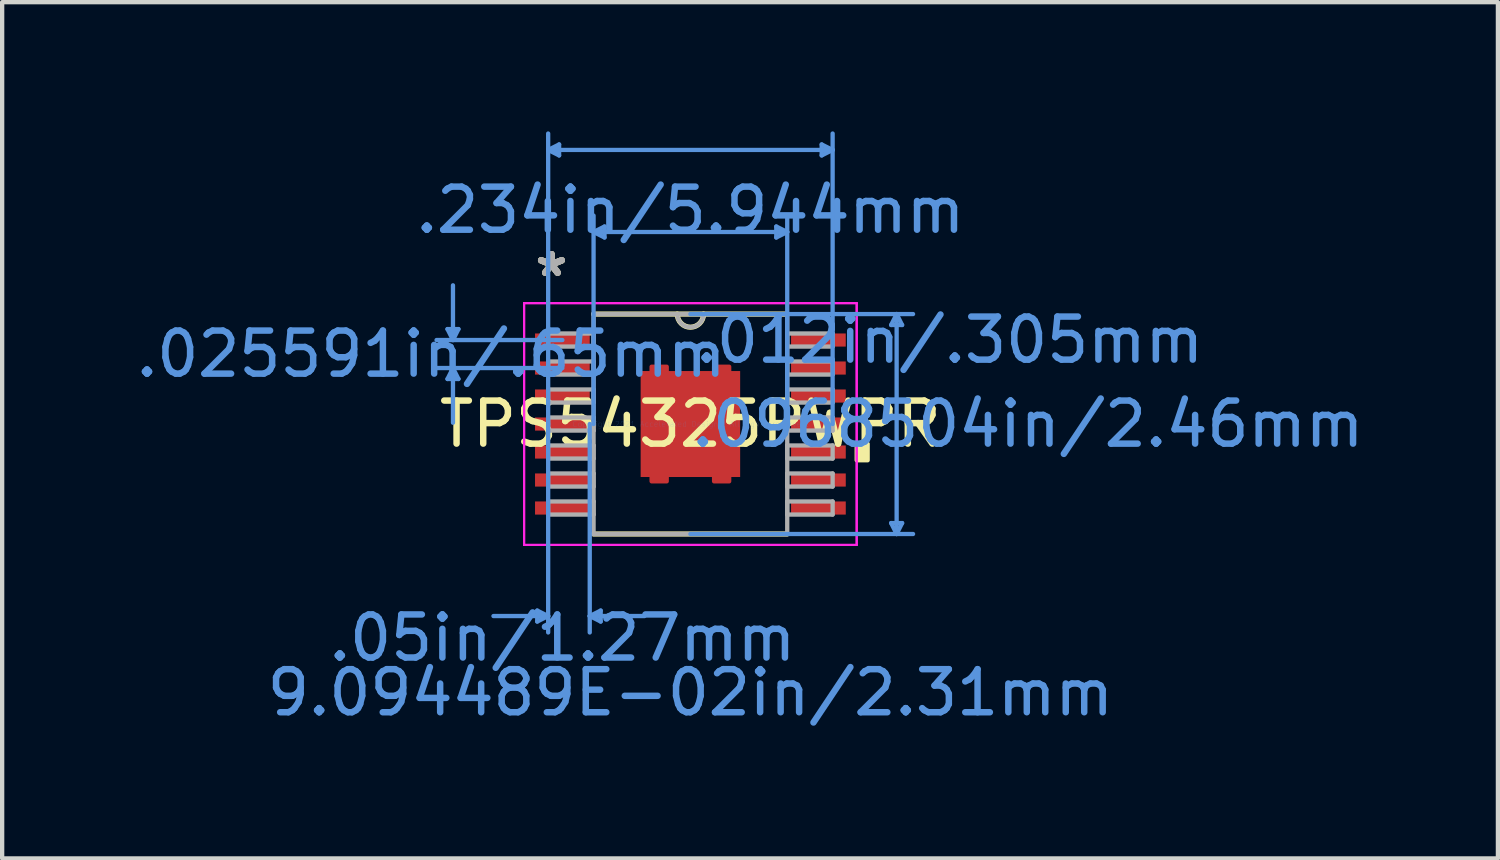
<source format=kicad_pcb>
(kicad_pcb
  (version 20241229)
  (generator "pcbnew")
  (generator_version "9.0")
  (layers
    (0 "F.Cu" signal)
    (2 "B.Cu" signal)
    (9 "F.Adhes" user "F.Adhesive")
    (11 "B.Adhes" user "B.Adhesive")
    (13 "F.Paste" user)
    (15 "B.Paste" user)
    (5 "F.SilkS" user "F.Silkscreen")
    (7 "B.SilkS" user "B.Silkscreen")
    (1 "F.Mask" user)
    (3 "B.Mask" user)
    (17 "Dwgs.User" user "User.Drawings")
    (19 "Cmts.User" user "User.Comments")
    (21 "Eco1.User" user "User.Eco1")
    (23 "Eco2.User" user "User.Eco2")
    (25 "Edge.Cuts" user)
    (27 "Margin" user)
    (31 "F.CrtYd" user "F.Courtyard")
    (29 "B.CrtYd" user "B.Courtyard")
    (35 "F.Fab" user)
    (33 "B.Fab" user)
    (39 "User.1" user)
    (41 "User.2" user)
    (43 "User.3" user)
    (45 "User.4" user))
  (footprint "TPS54325PWPR"
    (layer "F.Cu")
    (at 12.978 6.794)
    (property "Reference" "TPS54325PWPR" (at 0 0 0) (layer "F.SilkS") (effects (font (size 1 1) (thickness 0.15))))
    (attr through_hole)
    (fp_poly (pts (xy -0.55 -1.23) (xy -0.55 -1.33) (xy -0.9 -1.33) (xy -0.9 -1.23)) (stroke (width 0.1) (type solid)) (fill yes) (layer "F.Cu"))
    (fp_poly (pts (xy -0.55 1.23) (xy -0.55 1.33) (xy -0.9 1.33) (xy -0.9 1.23)) (stroke (width 0.1) (type solid)) (fill yes) (layer "F.Cu"))
    (fp_poly (pts (xy 0.55 -1.23) (xy 0.55 -1.33) (xy 0.9 -1.33) (xy 0.9 -1.23)) (stroke (width 0.1) (type solid)) (fill yes) (layer "F.Cu"))
    (fp_poly (pts (xy 0.55 1.23) (xy 0.55 1.33) (xy 0.9 1.33) (xy 0.9 1.23)) (stroke (width 0.1) (type solid)) (fill yes) (layer "F.Cu"))
    (fp_poly (pts (xy -0.55 -1.23) (xy -0.55 -1.33) (xy -0.9 -1.33) (xy -0.9 -1.23)) (stroke (width 0.1) (type solid)) (fill yes) (layer "F.Mask"))
    (fp_poly (pts (xy -0.55 1.23) (xy -0.55 1.33) (xy -0.9 1.33) (xy -0.9 1.23)) (stroke (width 0.1) (type solid)) (fill yes) (layer "F.Mask"))
    (fp_poly (pts (xy 0.55 -1.23) (xy 0.55 -1.33) (xy 0.9 -1.33) (xy 0.9 -1.23)) (stroke (width 0.1) (type solid)) (fill yes) (layer "F.Mask"))
    (fp_poly (pts (xy 0.55 1.23) (xy 0.55 1.33) (xy 0.9 1.33) (xy 0.9 1.23)) (stroke (width 0.1) (type solid)) (fill yes) (layer "F.Mask"))
    (fp_line (start -2.248 2.553) (end 2.248 2.553) (stroke (width 0.12) (type solid)) (layer "F.SilkS"))
    (fp_line (start 2.248 -2.553) (end -2.248 -2.553) (stroke (width 0.12) (type solid)) (layer "F.SilkS"))
    (fp_arc (start 0.3048 -2.5527) (mid 0 -2.2479) (end -0.3048 -2.5527) (stroke (width 0.12) (type solid)) (layer "F.SilkS"))
    (fp_poly (pts (xy 4.115 0.46) (xy 4.115 0.841) (xy 3.861 0.841) (xy 3.861 0.46)) (stroke (width 0.1) (type solid)) (fill yes) (layer "F.SilkS"))
    (fp_line (start -5.639 -2.204) (end -5.385 -2.204) (stroke (width 0.1) (type solid)) (layer "Cmts.User"))
    (fp_line (start -5.639 -1.046) (end -5.385 -1.046) (stroke (width 0.1) (type solid)) (layer "Cmts.User"))
    (fp_line (start -5.512 -1.95) (end -5.639 -2.204) (stroke (width 0.1) (type solid)) (layer "Cmts.User"))
    (fp_line (start -5.512 -1.95) (end -5.512 -3.22) (stroke (width 0.1) (type solid)) (layer "Cmts.User"))
    (fp_line (start -5.512 -1.95) (end -5.385 -2.204) (stroke (width 0.1) (type solid)) (layer "Cmts.User"))
    (fp_line (start -5.512 -1.3) (end -5.639 -1.046) (stroke (width 0.1) (type solid)) (layer "Cmts.User"))
    (fp_line (start -5.512 -1.3) (end -5.512 -0.03) (stroke (width 0.1) (type solid)) (layer "Cmts.User"))
    (fp_line (start -5.512 -1.3) (end -5.385 -1.046) (stroke (width 0.1) (type solid)) (layer "Cmts.User"))
    (fp_line (start -3.556 4.331) (end -3.556 4.585) (stroke (width 0.1) (type solid)) (layer "Cmts.User"))
    (fp_line (start -3.302 -6.363) (end -3.048 -6.49) (stroke (width 0.1) (type solid)) (layer "Cmts.User"))
    (fp_line (start -3.302 -6.363) (end -3.048 -6.236) (stroke (width 0.1) (type solid)) (layer "Cmts.User"))
    (fp_line (start -3.302 -6.363) (end 3.302 -6.363) (stroke (width 0.1) (type solid)) (layer "Cmts.User"))
    (fp_line (start -3.302 0) (end -3.302 -6.744) (stroke (width 0.1) (type solid)) (layer "Cmts.User"))
    (fp_line (start -3.302 0) (end -3.302 4.839) (stroke (width 0.1) (type solid)) (layer "Cmts.User"))
    (fp_line (start -3.302 4.458) (end -4.572 4.458) (stroke (width 0.1) (type solid)) (layer "Cmts.User"))
    (fp_line (start -3.302 4.458) (end -3.556 4.331) (stroke (width 0.1) (type solid)) (layer "Cmts.User"))
    (fp_line (start -3.302 4.458) (end -3.556 4.585) (stroke (width 0.1) (type solid)) (layer "Cmts.User"))
    (fp_line (start -3.048 -6.49) (end -3.048 -6.236) (stroke (width 0.1) (type solid)) (layer "Cmts.User"))
    (fp_line (start -2.972 -1.95) (end -5.893 -1.95) (stroke (width 0.1) (type solid)) (layer "Cmts.User"))
    (fp_line (start -2.972 -1.3) (end -5.893 -1.3) (stroke (width 0.1) (type solid)) (layer "Cmts.User"))
    (fp_line (start -2.337 0) (end -2.337 4.839) (stroke (width 0.1) (type solid)) (layer "Cmts.User"))
    (fp_line (start -2.337 4.458) (end -2.083 4.331) (stroke (width 0.1) (type solid)) (layer "Cmts.User"))
    (fp_line (start -2.337 4.458) (end -2.083 4.585) (stroke (width 0.1) (type solid)) (layer "Cmts.User"))
    (fp_line (start -2.337 4.458) (end -1.067 4.458) (stroke (width 0.1) (type solid)) (layer "Cmts.User"))
    (fp_line (start -2.248 -4.458) (end -1.994 -4.585) (stroke (width 0.1) (type solid)) (layer "Cmts.User"))
    (fp_line (start -2.248 -4.458) (end -1.994 -4.331) (stroke (width 0.1) (type solid)) (layer "Cmts.User"))
    (fp_line (start -2.248 -4.458) (end 2.248 -4.458) (stroke (width 0.1) (type solid)) (layer "Cmts.User"))
    (fp_line (start -2.248 0) (end -2.248 -4.839) (stroke (width 0.1) (type solid)) (layer "Cmts.User"))
    (fp_line (start -2.083 4.331) (end -2.083 4.585) (stroke (width 0.1) (type solid)) (layer "Cmts.User"))
    (fp_line (start -1.994 -4.585) (end -1.994 -4.331) (stroke (width 0.1) (type solid)) (layer "Cmts.User"))
    (fp_line (start 0 -2.553) (end 5.169 -2.553) (stroke (width 0.1) (type solid)) (layer "Cmts.User"))
    (fp_line (start 0 2.553) (end 5.169 2.553) (stroke (width 0.1) (type solid)) (layer "Cmts.User"))
    (fp_line (start 1.994 -4.585) (end 1.994 -4.331) (stroke (width 0.1) (type solid)) (layer "Cmts.User"))
    (fp_line (start 2.248 -4.458) (end 1.994 -4.585) (stroke (width 0.1) (type solid)) (layer "Cmts.User"))
    (fp_line (start 2.248 -4.458) (end 1.994 -4.331) (stroke (width 0.1) (type solid)) (layer "Cmts.User"))
    (fp_line (start 2.248 0) (end 2.248 -4.839) (stroke (width 0.1) (type solid)) (layer "Cmts.User"))
    (fp_line (start 3.048 -6.49) (end 3.048 -6.236) (stroke (width 0.1) (type solid)) (layer "Cmts.User"))
    (fp_line (start 3.302 -6.363) (end 3.048 -6.49) (stroke (width 0.1) (type solid)) (layer "Cmts.User"))
    (fp_line (start 3.302 -6.363) (end 3.048 -6.236) (stroke (width 0.1) (type solid)) (layer "Cmts.User"))
    (fp_line (start 3.302 0) (end 3.302 -6.744) (stroke (width 0.1) (type solid)) (layer "Cmts.User"))
    (fp_line (start 4.661 -2.299) (end 4.915 -2.299) (stroke (width 0.1) (type solid)) (layer "Cmts.User"))
    (fp_line (start 4.661 2.299) (end 4.915 2.299) (stroke (width 0.1) (type solid)) (layer "Cmts.User"))
    (fp_line (start 4.788 -2.553) (end 4.661 -2.299) (stroke (width 0.1) (type solid)) (layer "Cmts.User"))
    (fp_line (start 4.788 -2.553) (end 4.788 2.553) (stroke (width 0.1) (type solid)) (layer "Cmts.User"))
    (fp_line (start 4.788 -2.553) (end 4.915 -2.299) (stroke (width 0.1) (type solid)) (layer "Cmts.User"))
    (fp_line (start 4.788 2.553) (end 4.661 2.299) (stroke (width 0.1) (type solid)) (layer "Cmts.User"))
    (fp_line (start 4.788 2.553) (end 4.915 2.299) (stroke (width 0.1) (type solid)) (layer "Cmts.User"))
    (fp_line (start -3.861 -2.807) (end 3.861 -2.807) (stroke (width 0.05) (type solid)) (layer "F.CrtYd"))
    (fp_line (start -3.861 -2.807) (end 3.861 -2.807) (stroke (width 0.05) (type solid)) (layer "F.CrtYd"))
    (fp_line (start -3.861 2.807) (end -3.861 -2.807) (stroke (width 0.05) (type solid)) (layer "F.CrtYd"))
    (fp_line (start -3.861 2.807) (end -3.861 -2.807) (stroke (width 0.05) (type solid)) (layer "F.CrtYd"))
    (fp_line (start 3.861 -2.807) (end 3.861 2.807) (stroke (width 0.05) (type solid)) (layer "F.CrtYd"))
    (fp_line (start 3.861 -2.807) (end 3.861 2.807) (stroke (width 0.05) (type solid)) (layer "F.CrtYd"))
    (fp_line (start 3.861 2.807) (end -3.861 2.807) (stroke (width 0.05) (type solid)) (layer "F.CrtYd"))
    (fp_line (start 3.861 2.807) (end -3.861 2.807) (stroke (width 0.05) (type solid)) (layer "F.CrtYd"))
    (fp_line (start -3.302 -2.102) (end -3.302 -1.798) (stroke (width 0.1) (type solid)) (layer "F.Fab"))
    (fp_line (start -3.302 -1.798) (end -2.248 -1.798) (stroke (width 0.1) (type solid)) (layer "F.Fab"))
    (fp_line (start -3.302 -1.452) (end -3.302 -1.148) (stroke (width 0.1) (type solid)) (layer "F.Fab"))
    (fp_line (start -3.302 -1.148) (end -2.248 -1.148) (stroke (width 0.1) (type solid)) (layer "F.Fab"))
    (fp_line (start -3.302 -0.802) (end -3.302 -0.498) (stroke (width 0.1) (type solid)) (layer "F.Fab"))
    (fp_line (start -3.302 -0.498) (end -2.248 -0.498) (stroke (width 0.1) (type solid)) (layer "F.Fab"))
    (fp_line (start -3.302 -0.152) (end -3.302 0.152) (stroke (width 0.1) (type solid)) (layer "F.Fab"))
    (fp_line (start -3.302 0.152) (end -2.248 0.152) (stroke (width 0.1) (type solid)) (layer "F.Fab"))
    (fp_line (start -3.302 0.498) (end -3.302 0.802) (stroke (width 0.1) (type solid)) (layer "F.Fab"))
    (fp_line (start -3.302 0.802) (end -2.248 0.802) (stroke (width 0.1) (type solid)) (layer "F.Fab"))
    (fp_line (start -3.302 1.148) (end -3.302 1.452) (stroke (width 0.1) (type solid)) (layer "F.Fab"))
    (fp_line (start -3.302 1.452) (end -2.248 1.452) (stroke (width 0.1) (type solid)) (layer "F.Fab"))
    (fp_line (start -3.302 1.798) (end -3.302 2.102) (stroke (width 0.1) (type solid)) (layer "F.Fab"))
    (fp_line (start -3.302 2.102) (end -2.248 2.102) (stroke (width 0.1) (type solid)) (layer "F.Fab"))
    (fp_line (start -2.248 -2.553) (end -2.248 2.553) (stroke (width 0.1) (type solid)) (layer "F.Fab"))
    (fp_line (start -2.248 -2.102) (end -3.302 -2.102) (stroke (width 0.1) (type solid)) (layer "F.Fab"))
    (fp_line (start -2.248 -1.798) (end -2.248 -2.102) (stroke (width 0.1) (type solid)) (layer "F.Fab"))
    (fp_line (start -2.248 -1.452) (end -3.302 -1.452) (stroke (width 0.1) (type solid)) (layer "F.Fab"))
    (fp_line (start -2.248 -1.148) (end -2.248 -1.452) (stroke (width 0.1) (type solid)) (layer "F.Fab"))
    (fp_line (start -2.248 -0.802) (end -3.302 -0.802) (stroke (width 0.1) (type solid)) (layer "F.Fab"))
    (fp_line (start -2.248 -0.498) (end -2.248 -0.802) (stroke (width 0.1) (type solid)) (layer "F.Fab"))
    (fp_line (start -2.248 -0.152) (end -3.302 -0.152) (stroke (width 0.1) (type solid)) (layer "F.Fab"))
    (fp_line (start -2.248 0.152) (end -2.248 -0.152) (stroke (width 0.1) (type solid)) (layer "F.Fab"))
    (fp_line (start -2.248 0.498) (end -3.302 0.498) (stroke (width 0.1) (type solid)) (layer "F.Fab"))
    (fp_line (start -2.248 0.802) (end -2.248 0.498) (stroke (width 0.1) (type solid)) (layer "F.Fab"))
    (fp_line (start -2.248 1.148) (end -3.302 1.148) (stroke (width 0.1) (type solid)) (layer "F.Fab"))
    (fp_line (start -2.248 1.452) (end -2.248 1.148) (stroke (width 0.1) (type solid)) (layer "F.Fab"))
    (fp_line (start -2.248 1.798) (end -3.302 1.798) (stroke (width 0.1) (type solid)) (layer "F.Fab"))
    (fp_line (start -2.248 2.102) (end -2.248 1.798) (stroke (width 0.1) (type solid)) (layer "F.Fab"))
    (fp_line (start -2.248 2.553) (end 2.248 2.553) (stroke (width 0.1) (type solid)) (layer "F.Fab"))
    (fp_line (start 2.248 -2.553) (end -2.248 -2.553) (stroke (width 0.1) (type solid)) (layer "F.Fab"))
    (fp_line (start 2.248 -2.102) (end 2.248 -1.798) (stroke (width 0.1) (type solid)) (layer "F.Fab"))
    (fp_line (start 2.248 -1.798) (end 3.302 -1.798) (stroke (width 0.1) (type solid)) (layer "F.Fab"))
    (fp_line (start 2.248 -1.452) (end 2.248 -1.148) (stroke (width 0.1) (type solid)) (layer "F.Fab"))
    (fp_line (start 2.248 -1.148) (end 3.302 -1.148) (stroke (width 0.1) (type solid)) (layer "F.Fab"))
    (fp_line (start 2.248 -0.802) (end 2.248 -0.498) (stroke (width 0.1) (type solid)) (layer "F.Fab"))
    (fp_line (start 2.248 -0.498) (end 3.302 -0.498) (stroke (width 0.1) (type solid)) (layer "F.Fab"))
    (fp_line (start 2.248 -0.152) (end 2.248 0.152) (stroke (width 0.1) (type solid)) (layer "F.Fab"))
    (fp_line (start 2.248 0.152) (end 3.302 0.152) (stroke (width 0.1) (type solid)) (layer "F.Fab"))
    (fp_line (start 2.248 0.498) (end 2.248 0.802) (stroke (width 0.1) (type solid)) (layer "F.Fab"))
    (fp_line (start 2.248 0.802) (end 3.302 0.802) (stroke (width 0.1) (type solid)) (layer "F.Fab"))
    (fp_line (start 2.248 1.148) (end 2.248 1.452) (stroke (width 0.1) (type solid)) (layer "F.Fab"))
    (fp_line (start 2.248 1.452) (end 3.302 1.452) (stroke (width 0.1) (type solid)) (layer "F.Fab"))
    (fp_line (start 2.248 1.798) (end 2.248 2.102) (stroke (width 0.1) (type solid)) (layer "F.Fab"))
    (fp_line (start 2.248 2.102) (end 3.302 2.102) (stroke (width 0.1) (type solid)) (layer "F.Fab"))
    (fp_line (start 2.248 2.553) (end 2.248 -2.553) (stroke (width 0.1) (type solid)) (layer "F.Fab"))
    (fp_line (start 3.302 -2.102) (end 2.248 -2.102) (stroke (width 0.1) (type solid)) (layer "F.Fab"))
    (fp_line (start 3.302 -1.798) (end 3.302 -2.102) (stroke (width 0.1) (type solid)) (layer "F.Fab"))
    (fp_line (start 3.302 -1.452) (end 2.248 -1.452) (stroke (width 0.1) (type solid)) (layer "F.Fab"))
    (fp_line (start 3.302 -1.148) (end 3.302 -1.452) (stroke (width 0.1) (type solid)) (layer "F.Fab"))
    (fp_line (start 3.302 -0.802) (end 2.248 -0.802) (stroke (width 0.1) (type solid)) (layer "F.Fab"))
    (fp_line (start 3.302 -0.498) (end 3.302 -0.802) (stroke (width 0.1) (type solid)) (layer "F.Fab"))
    (fp_line (start 3.302 -0.152) (end 2.248 -0.152) (stroke (width 0.1) (type solid)) (layer "F.Fab"))
    (fp_line (start 3.302 0.152) (end 3.302 -0.152) (stroke (width 0.1) (type solid)) (layer "F.Fab"))
    (fp_line (start 3.302 0.498) (end 2.248 0.498) (stroke (width 0.1) (type solid)) (layer "F.Fab"))
    (fp_line (start 3.302 0.802) (end 3.302 0.498) (stroke (width 0.1) (type solid)) (layer "F.Fab"))
    (fp_line (start 3.302 1.148) (end 2.248 1.148) (stroke (width 0.1) (type solid)) (layer "F.Fab"))
    (fp_line (start 3.302 1.452) (end 3.302 1.148) (stroke (width 0.1) (type solid)) (layer "F.Fab"))
    (fp_line (start 3.302 1.798) (end 2.248 1.798) (stroke (width 0.1) (type solid)) (layer "F.Fab"))
    (fp_line (start 3.302 2.102) (end 3.302 1.798) (stroke (width 0.1) (type solid)) (layer "F.Fab"))
    (fp_arc (start 0.3048 -2.5527) (mid 0 -2.2479) (end -0.3048 -2.5527) (stroke (width 0.1) (type solid)) (layer "F.Fab"))
    (fp_text user "*" (at -3.226 -3.398 0) (layer "F.SilkS") (effects (font (size 1 1) (thickness 0.15))))
    (fp_text user "*" (at -3.226 -3.398 0) (layer "F.SilkS") (effects (font (size 1 1) (thickness 0.15))))
    (fp_text user "Copyright 2021 Accelerated Designs. All rights reserved." (at 0 0 0) (layer "Cmts.User") (effects (font (size 0.127 0.127) (thickness 0.002))))
    (fp_text user ".0968504in/2.46mm" (at 7.836 0 0) (layer "Cmts.User") (effects (font (size 1 1) (thickness 0.15))))
    (fp_text user ".234in/5.944mm" (at 0 -4.966 0) (layer "Cmts.User") (effects (font (size 1 1) (thickness 0.15))))
    (fp_text user ".05in/1.27mm" (at -2.972 4.966 0) (layer "Cmts.User") (effects (font (size 1 1) (thickness 0.15))))
    (fp_text user "9.094489E-02in/2.31mm" (at 0 6.236 0) (layer "Cmts.User") (effects (font (size 1 1) (thickness 0.15))))
    (fp_text user ".025591in/.65mm" (at -6.02 -1.625 0) (layer "Cmts.User") (effects (font (size 1 1) (thickness 0.15))))
    (fp_text user ".012in/.305mm" (at 6.02 -1.95 0) (layer "Cmts.User") (effects (font (size 1 1) (thickness 0.15))))
    (fp_text user "*" (at -3.226 -3.398 0) (layer "F.Fab") (effects (font (size 1 1) (thickness 0.15))))
    (fp_text user "*" (at -3.226 -3.398 0) (layer "F.Fab") (effects (font (size 1 1) (thickness 0.15))))
    (pad "1" smd rect (at -2.972 -1.95) (size 1.27 0.305) (layers "F.Cu" "F.Mask" "F.Paste"))
    (pad "2" smd rect (at -2.972 -1.3) (size 1.27 0.305) (layers "F.Cu" "F.Mask" "F.Paste"))
    (pad "3" smd rect (at -2.972 -0.65) (size 1.27 0.305) (layers "F.Cu" "F.Mask" "F.Paste"))
    (pad "4" smd rect (at -2.972 0) (size 1.27 0.305) (layers "F.Cu" "F.Mask" "F.Paste"))
    (pad "5" smd rect (at -2.972 0.65) (size 1.27 0.305) (layers "F.Cu" "F.Mask" "F.Paste"))
    (pad "6" smd rect (at -2.972 1.3) (size 1.27 0.305) (layers "F.Cu" "F.Mask" "F.Paste"))
    (pad "7" smd rect (at -2.972 1.95) (size 1.27 0.305) (layers "F.Cu" "F.Mask" "F.Paste"))
    (pad "8" smd rect (at 2.972 1.95) (size 1.27 0.305) (layers "F.Cu" "F.Mask" "F.Paste"))
    (pad "9" smd rect (at 2.972 1.3) (size 1.27 0.305) (layers "F.Cu" "F.Mask" "F.Paste"))
    (pad "10" smd rect (at 2.972 0.65) (size 1.27 0.305) (layers "F.Cu" "F.Mask" "F.Paste"))
    (pad "11" smd rect (at 2.972 0) (size 1.27 0.305) (layers "F.Cu" "F.Mask" "F.Paste"))
    (pad "12" smd rect (at 2.972 -0.65) (size 1.27 0.305) (layers "F.Cu" "F.Mask" "F.Paste"))
    (pad "13" smd rect (at 2.972 -1.3) (size 1.27 0.305) (layers "F.Cu" "F.Mask" "F.Paste"))
    (pad "14" smd rect (at 2.972 -1.95) (size 1.27 0.305) (layers "F.Cu" "F.Mask" "F.Paste"))
    (pad "15" smd rect (at 0 0) (size 2.31 2.46) (layers "F.Cu" "F.Mask" "F.Paste")))
  (gr_rect
    (start -3 -3)
    (end 31.725 16.878)
    (stroke (width 0.1) (type default))
    (fill no)
    (layer "Edge.Cuts")))
</source>
